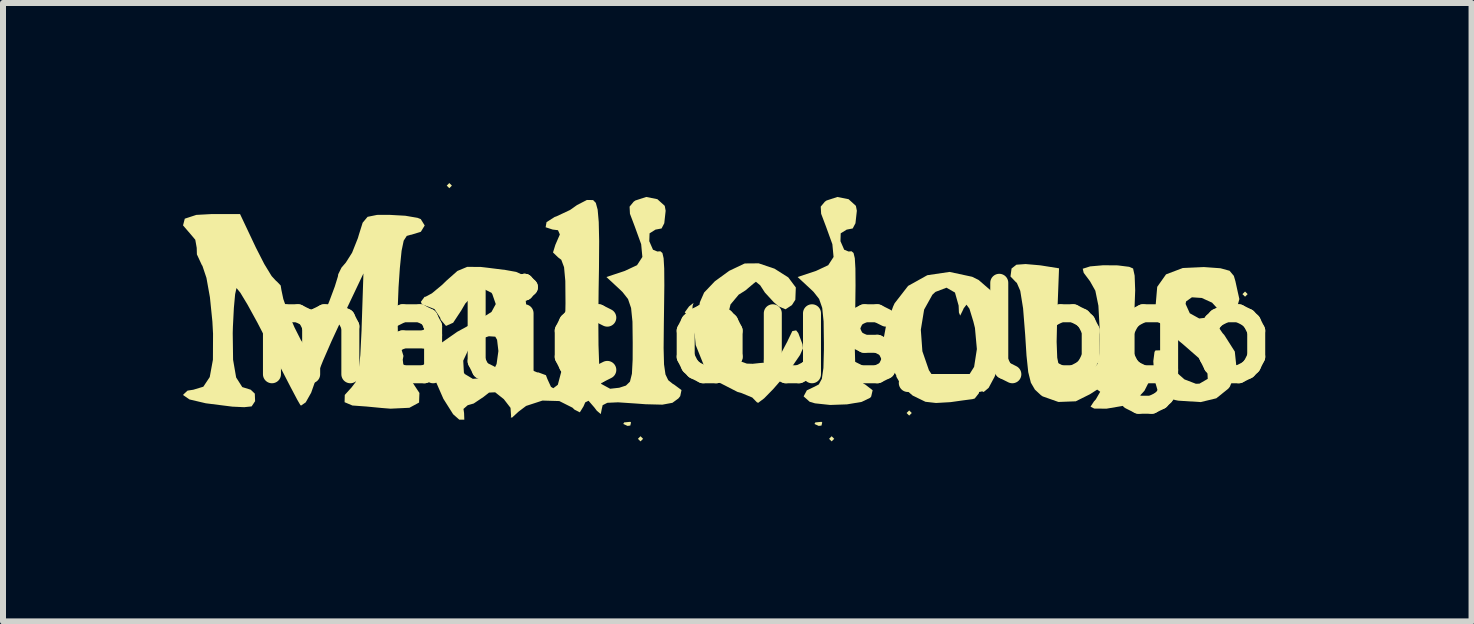
<source format=kicad_pcb>
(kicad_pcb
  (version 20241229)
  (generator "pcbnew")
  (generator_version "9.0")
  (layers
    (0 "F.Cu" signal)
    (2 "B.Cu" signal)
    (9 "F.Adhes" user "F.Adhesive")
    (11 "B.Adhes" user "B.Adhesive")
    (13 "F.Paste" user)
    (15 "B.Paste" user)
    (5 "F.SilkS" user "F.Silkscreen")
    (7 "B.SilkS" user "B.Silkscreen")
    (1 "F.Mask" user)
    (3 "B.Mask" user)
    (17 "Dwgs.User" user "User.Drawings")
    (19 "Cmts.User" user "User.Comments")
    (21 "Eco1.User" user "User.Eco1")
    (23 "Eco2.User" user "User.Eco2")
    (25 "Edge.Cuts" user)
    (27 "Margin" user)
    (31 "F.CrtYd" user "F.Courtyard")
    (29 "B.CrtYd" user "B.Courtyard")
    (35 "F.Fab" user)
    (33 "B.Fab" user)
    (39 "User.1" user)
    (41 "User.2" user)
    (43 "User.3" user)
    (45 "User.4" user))
  (footprint "malicious_logo"
    (layer "F.Cu")
    (at 9.646 2.497)
    (property "Reference" "malicious_logo" (at 0 0 0) (layer "F.SilkS") (effects (font (size 1.524 1.524) (thickness 0.3))))
    (attr board_only exclude_from_pos_files exclude_from_bom)
    (fp_poly (pts (xy -5.424 -0.301) (xy -5.467 -0.258) (xy -5.511 -0.301) (xy -5.467 -0.344)) (stroke (width 0) (type solid)) (fill yes) (layer "F.SilkS"))
    (fp_poly (pts (xy -5.166 -2.454) (xy -5.209 -2.411) (xy -5.252 -2.454) (xy -5.209 -2.497)) (stroke (width 0) (type solid)) (fill yes) (layer "F.SilkS"))
    (fp_poly (pts (xy -1.98 1.765) (xy -2.023 1.808) (xy -2.066 1.765) (xy -2.023 1.722)) (stroke (width 0) (type solid)) (fill yes) (layer "F.SilkS"))
    (fp_poly (pts (xy 1.205 1.765) (xy 1.162 1.808) (xy 1.119 1.765) (xy 1.162 1.722)) (stroke (width 0) (type solid)) (fill yes) (layer "F.SilkS"))
    (fp_poly (pts (xy 2.497 1.335) (xy 2.454 1.378) (xy 2.411 1.335) (xy 2.454 1.292)) (stroke (width 0) (type solid)) (fill yes) (layer "F.SilkS"))
    (fp_poly (pts (xy 8.094 -0.646) (xy 8.051 -0.603) (xy 8.007 -0.646) (xy 8.051 -0.689)) (stroke (width 0) (type solid)) (fill yes) (layer "F.SilkS"))
    (fp_poly (pts (xy -2.181 1.492) (xy -2.193 1.544) (xy -2.239 1.55) (xy -2.31 1.518) (xy -2.296 1.492) (xy -2.194 1.482)) (stroke (width 0) (type solid)) (fill yes) (layer "F.SilkS"))
    (fp_poly (pts (xy 1.005 1.492) (xy 0.993 1.544) (xy 0.947 1.55) (xy 0.876 1.518) (xy 0.89 1.492) (xy 0.992 1.482)) (stroke (width 0) (type solid)) (fill yes) (layer "F.SilkS"))
    (fp_poly (pts (xy -5.441 -0.127) (xy -5.424 -0.086) (xy -5.486 -0.002) (xy -5.505 0) (xy -5.622 -0.063) (xy -5.64 -0.086) (xy -5.62 -0.16) (xy -5.559 -0.172)) (stroke (width 0) (type solid)) (fill yes) (layer "F.SilkS"))
    (fp_poly (pts (xy 1.444 -2.228) (xy 1.566 -2.117) (xy 1.582 -2.035) (xy 1.559 -1.827) (xy 1.513 -1.74) (xy 1.419 -1.722) (xy 1.415 -1.722) (xy 1.313 -1.659) (xy 1.309 -1.528) (xy 1.371 -1.386) (xy 1.444 -1.356) (xy 1.494 -1.36) (xy 1.527 -1.331) (xy 1.548 -1.244) (xy 1.558 -1.072) (xy 1.56 -0.791) (xy 1.555 -0.373) (xy 1.552 -0.157) (xy 1.548 0.253) (xy 1.555 0.525) (xy 1.579 0.692) (xy 1.625 0.788) (xy 1.698 0.848) (xy 1.722 0.861) (xy 1.845 0.956) (xy 1.821 1.06) (xy 1.803 1.082) (xy 1.662 1.15) (xy 1.418 1.191) (xy 1.137 1.201) (xy 0.885 1.174) (xy 0.796 1.148) (xy 0.695 1.058) (xy 0.749 0.957) (xy 0.861 0.904) (xy 0.948 0.859) (xy 0.999 0.765) (xy 1.025 0.585) (xy 1.033 0.282) (xy 1.033 0.162) (xy 1.028 -0.19) (xy 1.005 -0.417) (xy 0.953 -0.566) (xy 0.86 -0.684) (xy 0.814 -0.728) (xy 0.595 -0.931) (xy 0.9 -1.032) (xy 1.105 -1.128) (xy 1.194 -1.265) (xy 1.174 -1.478) (xy 1.068 -1.771) (xy 0.987 -1.985) (xy 0.98 -2.104) (xy 1.049 -2.186) (xy 1.077 -2.206) (xy 1.258 -2.265)) (stroke (width 0) (type solid)) (fill yes) (layer "F.SilkS"))
    (fp_poly (pts (xy 3.503 -0.935) (xy 3.609 -0.883) (xy 3.906 -0.627) (xy 4.054 -0.286) (xy 4.053 0.138) (xy 4.046 0.172) (xy 3.972 0.471) (xy 3.877 0.731) (xy 3.778 0.916) (xy 3.695 0.985) (xy 3.672 0.975) (xy 3.619 0.98) (xy 3.616 1.005) (xy 3.547 1.093) (xy 3.509 1.104) (xy 3.349 1.125) (xy 3.143 1.154) (xy 2.901 1.168) (xy 2.725 1.148) (xy 2.513 1.045) (xy 2.332 0.889) (xy 2.241 0.732) (xy 2.239 0.71) (xy 2.169 0.585) (xy 2.101 0.544) (xy 2.019 0.428) (xy 2.009 0.198) (xy 2.056 -0.052) (xy 2.648 -0.052) (xy 2.674 0.306) (xy 2.783 0.622) (xy 2.845 0.716) (xy 3.028 0.872) (xy 3.229 0.868) (xy 3.417 0.756) (xy 3.536 0.566) (xy 3.582 0.27) (xy 3.55 -0.082) (xy 3.524 -0.187) (xy 3.458 -0.403) (xy 3.409 -0.47) (xy 3.362 -0.409) (xy 3.353 -0.387) (xy 3.304 -0.288) (xy 3.283 -0.339) (xy 3.278 -0.455) (xy 3.217 -0.672) (xy 3.076 -0.753) (xy 2.892 -0.683) (xy 2.841 -0.636) (xy 2.703 -0.388) (xy 2.648 -0.052) (xy 2.056 -0.052) (xy 2.066 -0.105) (xy 2.187 -0.441) (xy 2.211 -0.493) (xy 2.436 -0.783) (xy 2.756 -0.961) (xy 3.127 -1.016)) (stroke (width 0) (type solid)) (fill yes) (layer "F.SilkS"))
    (fp_poly (pts (xy 7.641 -1.077) (xy 7.793 -1.035) (xy 7.864 -0.95) (xy 7.89 -0.861) (xy 7.933 -0.665) (xy 7.956 -0.564) (xy 7.922 -0.44) (xy 7.847 -0.331) (xy 7.744 -0.233) (xy 7.675 -0.275) (xy 7.624 -0.37) (xy 7.501 -0.504) (xy 7.329 -0.582) (xy 7.165 -0.593) (xy 7.068 -0.524) (xy 7.06 -0.482) (xy 7.13 -0.327) (xy 7.287 -0.24) (xy 7.455 -0.259) (xy 7.49 -0.284) (xy 7.566 -0.342) (xy 7.545 -0.285) (xy 7.562 -0.163) (xy 7.677 0.005) (xy 7.704 0.034) (xy 7.88 0.311) (xy 7.912 0.616) (xy 7.797 0.898) (xy 7.771 0.93) (xy 7.572 1.09) (xy 7.312 1.153) (xy 6.946 1.13) (xy 6.931 1.128) (xy 6.714 1.084) (xy 6.606 1.001) (xy 6.555 0.826) (xy 6.537 0.706) (xy 6.522 0.471) (xy 6.542 0.317) (xy 6.559 0.292) (xy 6.691 0.29) (xy 6.789 0.398) (xy 6.802 0.465) (xy 6.874 0.628) (xy 7.041 0.775) (xy 7.232 0.848) (xy 7.291 0.846) (xy 7.429 0.766) (xy 7.422 0.618) (xy 7.277 0.417) (xy 7.017 0.19) (xy 6.768 -0.015) (xy 6.631 -0.182) (xy 6.571 -0.362) (xy 6.56 -0.45) (xy 6.587 -0.767) (xy 6.734 -0.975) (xy 7.013 -1.081) (xy 7.364 -1.097)) (stroke (width 0) (type solid)) (fill yes) (layer "F.SilkS"))
    (fp_poly (pts (xy 0.21 -1.07) (xy 0.44 -0.924) (xy 0.565 -0.757) (xy 0.557 -0.552) (xy 0.5 -0.463) (xy 0.393 -0.393) (xy 0.278 -0.442) (xy 0.198 -0.511) (xy 0.049 -0.673) (xy -0.028 -0.792) (xy -0.1 -0.852) (xy -0.144 -0.818) (xy -0.274 -0.708) (xy -0.387 -0.637) (xy -0.523 -0.474) (xy -0.588 -0.209) (xy -0.574 0.1) (xy -0.523 0.285) (xy -0.422 0.452) (xy -0.251 0.512) (xy -0.153 0.515) (xy 0.129 0.485) (xy 0.303 0.372) (xy 0.427 0.138) (xy 0.43 0.13) (xy 0.507 -0.03) (xy 0.571 -0.042) (xy 0.606 0.003) (xy 0.676 0.188) (xy 0.684 0.258) (xy 0.636 0.367) (xy 0.517 0.541) (xy 0.357 0.743) (xy 0.187 0.938) (xy 0.037 1.091) (xy -0.063 1.166) (xy -0.086 1.154) (xy -0.161 1.077) (xy -0.347 1) (xy -0.406 0.984) (xy -0.719 0.824) (xy -0.965 0.547) (xy -1.103 0.203) (xy -1.119 0.037) (xy -1.149 -0.167) (xy -1.221 -0.281) (xy -1.227 -0.283) (xy -1.286 -0.342) (xy -1.214 -0.441) (xy -1.139 -0.5) (xy -1.155 -0.452) (xy -1.16 -0.357) (xy -1.124 -0.344) (xy -1.05 -0.416) (xy -1.033 -0.512) (xy -0.963 -0.672) (xy -0.784 -0.86) (xy -0.545 -1.034) (xy -0.295 -1.153) (xy -0.282 -1.157) (xy -0.054 -1.159)) (stroke (width 0) (type solid)) (fill yes) (layer "F.SilkS"))
    (fp_poly (pts (xy 4.624 -1.127) (xy 4.649 -1.124) (xy 4.951 -1.076) (xy 4.92 -0.255) (xy 4.911 0.148) (xy 4.921 0.414) (xy 4.954 0.577) (xy 5.014 0.669) (xy 5.023 0.678) (xy 5.153 0.743) (xy 5.316 0.709) (xy 5.398 0.671) (xy 5.523 0.601) (xy 5.594 0.514) (xy 5.625 0.364) (xy 5.631 0.109) (xy 5.628 -0.072) (xy 5.607 -0.453) (xy 5.556 -0.703) (xy 5.467 -0.861) (xy 5.463 -0.866) (xy 5.362 -1.001) (xy 5.346 -1.069) (xy 5.469 -1.108) (xy 5.686 -1.127) (xy 5.927 -1.125) (xy 6.119 -1.101) (xy 6.185 -1.073) (xy 6.211 -0.954) (xy 6.22 -0.709) (xy 6.208 -0.384) (xy 6.199 -0.258) (xy 6.17 0.193) (xy 6.171 0.495) (xy 6.203 0.666) (xy 6.271 0.727) (xy 6.337 0.717) (xy 6.44 0.72) (xy 6.449 0.817) (xy 6.374 0.965) (xy 6.262 1.086) (xy 6.012 1.217) (xy 5.742 1.263) (xy 5.537 1.261) (xy 5.476 1.229) (xy 5.533 1.142) (xy 5.564 1.108) (xy 5.637 0.981) (xy 5.587 0.945) (xy 5.463 1.024) (xy 5.23 1.14) (xy 4.941 1.151) (xy 4.678 1.058) (xy 4.649 1.038) (xy 4.549 0.945) (xy 4.482 0.83) (xy 4.438 0.654) (xy 4.409 0.378) (xy 4.387 0.032) (xy 4.352 -0.409) (xy 4.305 -0.701) (xy 4.247 -0.835) (xy 4.237 -0.841) (xy 4.142 -0.94) (xy 4.16 -1.073) (xy 4.241 -1.136) (xy 4.394 -1.147)) (stroke (width 0) (type solid)) (fill yes) (layer "F.SilkS"))
    (fp_poly (pts (xy -8.432 -1.421) (xy -8.292 -1.147) (xy -8.17 -0.947) (xy -8.092 -0.862) (xy -8.087 -0.861) (xy -8.019 -0.79) (xy -8.007 -0.716) (xy -7.975 -0.564) (xy -7.895 -0.338) (xy -7.789 -0.092) (xy -7.682 0.12) (xy -7.598 0.245) (xy -7.575 0.258) (xy -7.523 0.185) (xy -7.431 -0.002) (xy -7.319 -0.256) (xy -7.208 -0.529) (xy -7.117 -0.773) (xy -7.065 -0.942) (xy -7.06 -0.977) (xy -7.006 -1.087) (xy -6.933 -1.172) (xy -6.829 -1.336) (xy -6.732 -1.58) (xy -6.716 -1.635) (xy -6.653 -1.836) (xy -6.571 -1.934) (xy -6.413 -1.966) (xy -6.211 -1.967) (xy -5.942 -1.952) (xy -5.738 -1.917) (xy -5.685 -1.896) (xy -5.619 -1.79) (xy -5.683 -1.685) (xy -5.841 -1.636) (xy -5.847 -1.636) (xy -5.918 -1.616) (xy -5.969 -1.537) (xy -6.004 -1.369) (xy -6.033 -1.082) (xy -6.055 -0.759) (xy -6.072 -0.327) (xy -6.066 -0.002) (xy -6.038 0.189) (xy -6.023 0.22) (xy -5.973 0.384) (xy -5.985 0.446) (xy -5.967 0.593) (xy -5.858 0.772) (xy -5.707 1.001) (xy -5.713 1.161) (xy -5.874 1.248) (xy -6.189 1.263) (xy -6.328 1.252) (xy -6.589 1.227) (xy -6.796 1.212) (xy -6.824 1.21) (xy -6.954 1.155) (xy -6.951 1.034) (xy -6.837 0.908) (xy -6.77 0.82) (xy -6.723 0.652) (xy -6.692 0.372) (xy -6.671 -0.047) (xy -6.67 -0.091) (xy -6.64 -0.99) (xy -7.008 -0.215) (xy -7.173 0.141) (xy -7.312 0.46) (xy -7.407 0.696) (xy -7.433 0.775) (xy -7.511 0.997) (xy -7.602 1.158) (xy -7.679 1.211) (xy -7.691 1.203) (xy -7.742 1.115) (xy -7.854 0.903) (xy -8.011 0.599) (xy -8.198 0.233) (xy -8.221 0.188) (xy -8.409 -0.175) (xy -8.571 -0.47) (xy -8.691 -0.669) (xy -8.753 -0.745) (xy -8.756 -0.744) (xy -8.778 -0.644) (xy -8.799 -0.415) (xy -8.815 -0.101) (xy -8.818 0.003) (xy -8.812 0.448) (xy -8.761 0.743) (xy -8.659 0.903) (xy -8.518 0.947) (xy -8.45 1.012) (xy -8.445 1.138) (xy -8.503 1.225) (xy -8.627 1.238) (xy -8.825 1.229) (xy -9.267 1.173) (xy -9.539 1.109) (xy -9.642 1.038) (xy -9.643 1.029) (xy -9.571 0.962) (xy -9.474 0.947) (xy -9.308 0.897) (xy -9.201 0.736) (xy -9.148 0.447) (xy -9.146 0.014) (xy -9.157 -0.19) (xy -9.198 -0.594) (xy -9.256 -0.917) (xy -9.323 -1.117) (xy -9.334 -1.133) (xy -9.415 -1.308) (xy -9.418 -1.417) (xy -9.442 -1.552) (xy -9.51 -1.633) (xy -9.646 -1.791) (xy -9.617 -1.903) (xy -9.425 -1.966) (xy -9.17 -1.98) (xy -8.696 -1.98)) (stroke (width 0) (type solid)) (fill yes) (layer "F.SilkS"))
    (fp_poly (pts (xy -1.742 -2.228) (xy -1.619 -2.117) (xy -1.604 -2.035) (xy -1.627 -1.827) (xy -1.672 -1.74) (xy -1.767 -1.722) (xy -1.771 -1.722) (xy -1.872 -1.659) (xy -1.877 -1.528) (xy -1.815 -1.386) (xy -1.742 -1.356) (xy -1.692 -1.36) (xy -1.658 -1.331) (xy -1.638 -1.244) (xy -1.628 -1.072) (xy -1.626 -0.791) (xy -1.631 -0.373) (xy -1.634 -0.157) (xy -1.638 0.253) (xy -1.631 0.525) (xy -1.607 0.692) (xy -1.561 0.788) (xy -1.487 0.848) (xy -1.464 0.861) (xy -1.34 0.953) (xy -1.361 1.054) (xy -1.392 1.093) (xy -1.491 1.165) (xy -1.659 1.196) (xy -1.938 1.189) (xy -2.086 1.178) (xy -2.398 1.157) (xy -2.576 1.165) (xy -2.654 1.205) (xy -2.669 1.27) (xy -2.685 1.353) (xy -2.751 1.297) (xy -2.792 1.243) (xy -2.889 1.131) (xy -2.944 1.158) (xy -2.973 1.225) (xy -3.034 1.324) (xy -3.123 1.279) (xy -3.157 1.246) (xy -3.376 1.136) (xy -3.657 1.128) (xy -3.929 1.217) (xy -4.056 1.313) (xy -4.165 1.413) (xy -4.186 1.405) (xy -4.179 1.393) (xy -4.189 1.249) (xy -4.301 1.104) (xy -4.445 0.99) (xy -4.547 0.995) (xy -4.64 1.068) (xy -4.803 1.177) (xy -4.902 1.205) (xy -4.973 1.267) (xy -4.963 1.335) (xy -4.959 1.446) (xy -5.043 1.446) (xy -5.145 1.356) (xy -5.308 1.098) (xy -5.44 0.796) (xy -5.508 0.531) (xy -5.511 0.484) (xy -5.505 0.463) (xy -4.977 0.463) (xy -4.966 0.66) (xy -4.954 0.684) (xy -4.817 0.766) (xy -4.626 0.75) (xy -4.495 0.672) (xy -4.421 0.518) (xy -4.391 0.302) (xy -4.413 0.115) (xy -4.443 0.063) (xy -4.55 0.056) (xy -4.703 0.107) (xy -4.879 0.254) (xy -4.977 0.463) (xy -5.505 0.463) (xy -5.47 0.321) (xy -5.333 0.161) (xy -5.077 -0.018) (xy -4.724 -0.212) (xy -4.506 -0.349) (xy -4.435 -0.48) (xy -4.492 -0.645) (xy -4.506 -0.668) (xy -4.623 -0.726) (xy -4.782 -0.659) (xy -4.942 -0.49) (xy -5.011 -0.372) (xy -5.145 -0.169) (xy -5.264 -0.116) (xy -5.352 -0.22) (xy -5.362 -0.255) (xy -5.456 -0.397) (xy -5.545 -0.431) (xy -5.665 -0.475) (xy -5.683 -0.517) (xy -5.622 -0.6) (xy -5.603 -0.603) (xy -5.499 -0.659) (xy -5.329 -0.8) (xy -5.257 -0.87) (xy -5.074 -1.032) (xy -4.911 -1.1) (xy -4.686 -1.099) (xy -4.583 -1.087) (xy -4.272 -1.048) (xy -4.094 -1.016) (xy -4.009 -0.977) (xy -3.979 -0.918) (xy -3.972 -0.868) (xy -3.918 -0.375) (xy -3.891 0.083) (xy -3.886 0.227) (xy -3.869 0.493) (xy -3.826 0.624) (xy -3.743 0.659) (xy -3.726 0.658) (xy -3.599 0.705) (xy -3.575 0.768) (xy -3.515 0.899) (xy -3.476 0.922) (xy -3.401 0.865) (xy -3.342 0.642) (xy -3.301 0.26) (xy -3.277 -0.275) (xy -3.273 -0.496) (xy -3.276 -0.866) (xy -3.297 -1.095) (xy -3.343 -1.218) (xy -3.396 -1.258) (xy -3.481 -1.34) (xy -3.442 -1.467) (xy -3.367 -1.64) (xy -3.398 -1.711) (xy -3.487 -1.722) (xy -3.604 -1.76) (xy -3.589 -1.845) (xy -3.455 -1.931) (xy -3.423 -1.942) (xy -3.197 -2.048) (xy -3.081 -2.13) (xy -2.916 -2.215) (xy -2.813 -2.213) (xy -2.768 -2.167) (xy -2.737 -2.053) (xy -2.719 -1.848) (xy -2.712 -1.531) (xy -2.715 -1.079) (xy -2.721 -0.718) (xy -2.726 -0.229) (xy -2.723 0.204) (xy -2.711 0.55) (xy -2.693 0.778) (xy -2.676 0.851) (xy -2.529 0.931) (xy -2.377 0.914) (xy -2.266 0.878) (xy -2.199 0.813) (xy -2.166 0.681) (xy -2.154 0.445) (xy -2.153 0.166) (xy -2.157 -0.187) (xy -2.18 -0.414) (xy -2.231 -0.564) (xy -2.323 -0.681) (xy -2.372 -0.728) (xy -2.591 -0.931) (xy -2.286 -1.032) (xy -2.081 -1.128) (xy -1.992 -1.265) (xy -2.012 -1.478) (xy -2.118 -1.771) (xy -2.199 -1.985) (xy -2.205 -2.104) (xy -2.137 -2.186) (xy -2.109 -2.206) (xy -1.928 -2.265)) (stroke (width 0) (type solid)) (fill yes) (layer "F.SilkS")))
  (gr_rect
    (start -3 -3)
    (end 21.471 7.305)
    (stroke (width 0.1) (type default))
    (fill no)
    (layer "Edge.Cuts")))
</source>
